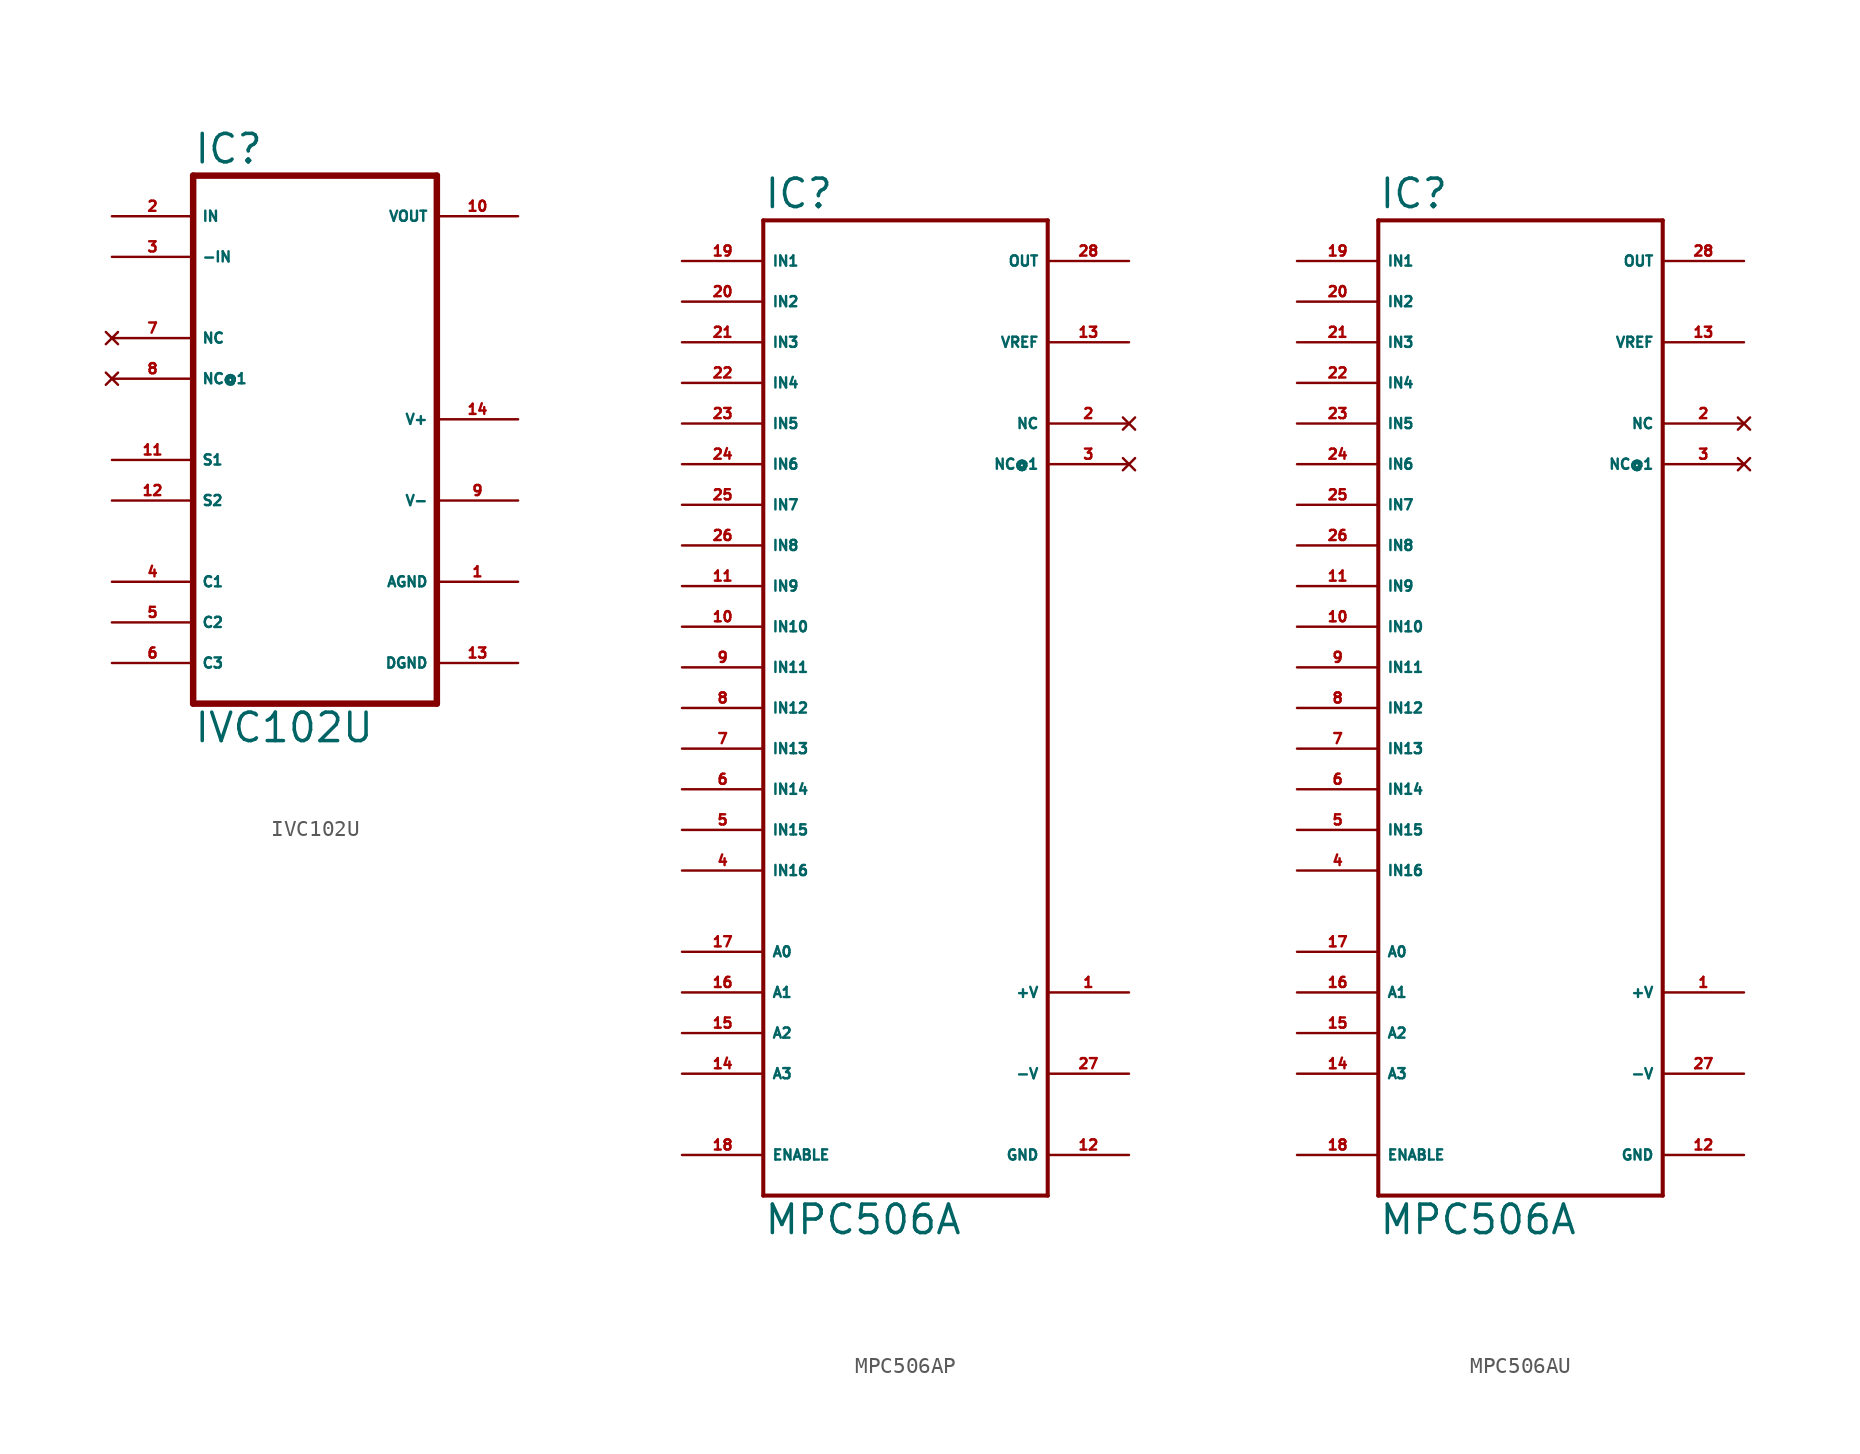
<source format=kicad_sym>
(kicad_symbol_lib
  (version 20220914)
  (generator Eagle2Kicad)
  (symbol "IVC102U"
    (property "Reference" "IC"
      (at -7.62 18.415 0)
      (effects (font (size 1.778 1.778) (thickness 0.22)) (justify left bottom)))
    (property "Value" "IVC102U"
      (at -7.62 -17.78 0)
      (effects (font (size 1.778 1.778) (thickness 0.22)) (justify left bottom)))
    (polyline
      (pts (xy -7.62 -15.24) (xy 7.62 -15.24))
      (stroke (width 0.406) (type default))
      (fill (type none)))
    (polyline
      (pts (xy 7.62 -15.24) (xy 7.62 17.78))
      (stroke (width 0.406) (type default))
      (fill (type none)))
    (polyline
      (pts (xy 7.62 17.78) (xy -7.62 17.78))
      (stroke (width 0.406) (type default))
      (fill (type none)))
    (polyline
      (pts (xy -7.62 17.78) (xy -7.62 -15.24))
      (stroke (width 0.406) (type default))
      (fill (type none)))
    (pin input line
      (at -12.7 15.24 0)
      (length 5.08)
      (name "IN" (effects (font (size 0.635 0.635) (thickness 0.08)) (justify left bottom)))
      (number "2" (effects (font (size 0.635 0.635) (thickness 0.08)) (justify left bottom))))
    (pin input line
      (at -12.7 12.7 0)
      (length 5.08)
      (name "-IN" (effects (font (size 0.635 0.635) (thickness 0.08)) (justify left bottom)))
      (number "3" (effects (font (size 0.635 0.635) (thickness 0.08)) (justify left bottom))))
    (pin input line
      (at -12.7 0 0)
      (length 5.08)
      (name "S1" (effects (font (size 0.635 0.635) (thickness 0.08)) (justify left bottom)))
      (number "11" (effects (font (size 0.635 0.635) (thickness 0.08)) (justify left bottom))))
    (pin input line
      (at -12.7 -2.54 0)
      (length 5.08)
      (name "S2" (effects (font (size 0.635 0.635) (thickness 0.08)) (justify left bottom)))
      (number "12" (effects (font (size 0.635 0.635) (thickness 0.08)) (justify left bottom))))
    (pin passive line
      (at -12.7 -7.62 0)
      (length 5.08)
      (name "C1" (effects (font (size 0.635 0.635) (thickness 0.08)) (justify left bottom)))
      (number "4" (effects (font (size 0.635 0.635) (thickness 0.08)) (justify left bottom))))
    (pin passive line
      (at -12.7 -10.16 0)
      (length 5.08)
      (name "C2" (effects (font (size 0.635 0.635) (thickness 0.08)) (justify left bottom)))
      (number "5" (effects (font (size 0.635 0.635) (thickness 0.08)) (justify left bottom))))
    (pin passive line
      (at -12.7 -12.7 0)
      (length 5.08)
      (name "C3" (effects (font (size 0.635 0.635) (thickness 0.08)) (justify left bottom)))
      (number "6" (effects (font (size 0.635 0.635) (thickness 0.08)) (justify left bottom))))
    (pin no_connect line
      (at -12.7 7.62 0)
      (length 5.08)
      (name "NC" (effects (font (size 0.635 0.635) (thickness 0.08)) (justify left bottom) hide))
      (number "7" (effects (font (size 0.635 0.635) (thickness 0.08)) (justify left bottom) hide)))
    (pin no_connect line
      (at -12.7 5.08 0)
      (length 5.08)
      (name "NC@1" (effects (font (size 0.635 0.635) (thickness 0.08)) (justify left bottom) hide))
      (number "8" (effects (font (size 0.635 0.635) (thickness 0.08)) (justify left bottom) hide)))
    (pin unspecified line
      (at 12.7 2.54 180)
      (length 5.08)
      (name "V+" (effects (font (size 0.635 0.635) (thickness 0.08)) (justify left bottom)))
      (number "14" (effects (font (size 0.635 0.635) (thickness 0.08)) (justify left bottom))))
    (pin unspecified line
      (at 12.7 -2.54 180)
      (length 5.08)
      (name "V-" (effects (font (size 0.635 0.635) (thickness 0.08)) (justify left bottom)))
      (number "9" (effects (font (size 0.635 0.635) (thickness 0.08)) (justify left bottom))))
    (pin unspecified line
      (at 12.7 -7.62 180)
      (length 5.08)
      (name "AGND" (effects (font (size 0.635 0.635) (thickness 0.08)) (justify left bottom)))
      (number "1" (effects (font (size 0.635 0.635) (thickness 0.08)) (justify left bottom))))
    (pin unspecified line
      (at 12.7 -12.7 180)
      (length 5.08)
      (name "DGND" (effects (font (size 0.635 0.635) (thickness 0.08)) (justify left bottom)))
      (number "13" (effects (font (size 0.635 0.635) (thickness 0.08)) (justify left bottom))))
    (pin output line
      (at 12.7 15.24 180)
      (length 5.08)
      (name "VOUT" (effects (font (size 0.635 0.635) (thickness 0.08)) (justify left bottom)))
      (number "10" (effects (font (size 0.635 0.635) (thickness 0.08)) (justify left bottom)))))
  (symbol "MPC506AP"
    (property "Reference" "IC"
      (at -10.16 31.115 0)
      (effects (font (size 1.778 1.778) (thickness 0.22)) (justify left bottom)))
    (property "Value" "MPC506A"
      (at -10.16 -33.02 0)
      (effects (font (size 1.778 1.778) (thickness 0.22)) (justify left bottom)))
    (polyline
      (pts (xy -10.16 -30.48) (xy 7.62 -30.48))
      (stroke (width 0.254) (type default))
      (fill (type none)))
    (polyline
      (pts (xy 7.62 -30.48) (xy 7.62 30.48))
      (stroke (width 0.254) (type default))
      (fill (type none)))
    (polyline
      (pts (xy 7.62 30.48) (xy -10.16 30.48))
      (stroke (width 0.254) (type default))
      (fill (type none)))
    (polyline
      (pts (xy -10.16 30.48) (xy -10.16 -30.48))
      (stroke (width 0.254) (type default))
      (fill (type none)))
    (pin input line
      (at -15.24 27.94 0)
      (length 5.08)
      (name "IN1" (effects (font (size 0.635 0.635) (thickness 0.08)) (justify left bottom)))
      (number "19" (effects (font (size 0.635 0.635) (thickness 0.08)) (justify left bottom))))
    (pin input line
      (at -15.24 25.4 0)
      (length 5.08)
      (name "IN2" (effects (font (size 0.635 0.635) (thickness 0.08)) (justify left bottom)))
      (number "20" (effects (font (size 0.635 0.635) (thickness 0.08)) (justify left bottom))))
    (pin input line
      (at -15.24 22.86 0)
      (length 5.08)
      (name "IN3" (effects (font (size 0.635 0.635) (thickness 0.08)) (justify left bottom)))
      (number "21" (effects (font (size 0.635 0.635) (thickness 0.08)) (justify left bottom))))
    (pin input line
      (at -15.24 20.32 0)
      (length 5.08)
      (name "IN4" (effects (font (size 0.635 0.635) (thickness 0.08)) (justify left bottom)))
      (number "22" (effects (font (size 0.635 0.635) (thickness 0.08)) (justify left bottom))))
    (pin input line
      (at -15.24 17.78 0)
      (length 5.08)
      (name "IN5" (effects (font (size 0.635 0.635) (thickness 0.08)) (justify left bottom)))
      (number "23" (effects (font (size 0.635 0.635) (thickness 0.08)) (justify left bottom))))
    (pin input line
      (at -15.24 15.24 0)
      (length 5.08)
      (name "IN6" (effects (font (size 0.635 0.635) (thickness 0.08)) (justify left bottom)))
      (number "24" (effects (font (size 0.635 0.635) (thickness 0.08)) (justify left bottom))))
    (pin input line
      (at -15.24 12.7 0)
      (length 5.08)
      (name "IN7" (effects (font (size 0.635 0.635) (thickness 0.08)) (justify left bottom)))
      (number "25" (effects (font (size 0.635 0.635) (thickness 0.08)) (justify left bottom))))
    (pin input line
      (at -15.24 10.16 0)
      (length 5.08)
      (name "IN8" (effects (font (size 0.635 0.635) (thickness 0.08)) (justify left bottom)))
      (number "26" (effects (font (size 0.635 0.635) (thickness 0.08)) (justify left bottom))))
    (pin input line
      (at -15.24 7.62 0)
      (length 5.08)
      (name "IN9" (effects (font (size 0.635 0.635) (thickness 0.08)) (justify left bottom)))
      (number "11" (effects (font (size 0.635 0.635) (thickness 0.08)) (justify left bottom))))
    (pin input line
      (at -15.24 5.08 0)
      (length 5.08)
      (name "IN10" (effects (font (size 0.635 0.635) (thickness 0.08)) (justify left bottom)))
      (number "10" (effects (font (size 0.635 0.635) (thickness 0.08)) (justify left bottom))))
    (pin input line
      (at -15.24 2.54 0)
      (length 5.08)
      (name "IN11" (effects (font (size 0.635 0.635) (thickness 0.08)) (justify left bottom)))
      (number "9" (effects (font (size 0.635 0.635) (thickness 0.08)) (justify left bottom))))
    (pin input line
      (at -15.24 0 0)
      (length 5.08)
      (name "IN12" (effects (font (size 0.635 0.635) (thickness 0.08)) (justify left bottom)))
      (number "8" (effects (font (size 0.635 0.635) (thickness 0.08)) (justify left bottom))))
    (pin input line
      (at -15.24 -2.54 0)
      (length 5.08)
      (name "IN13" (effects (font (size 0.635 0.635) (thickness 0.08)) (justify left bottom)))
      (number "7" (effects (font (size 0.635 0.635) (thickness 0.08)) (justify left bottom))))
    (pin input line
      (at -15.24 -5.08 0)
      (length 5.08)
      (name "IN14" (effects (font (size 0.635 0.635) (thickness 0.08)) (justify left bottom)))
      (number "6" (effects (font (size 0.635 0.635) (thickness 0.08)) (justify left bottom))))
    (pin input line
      (at -15.24 -7.62 0)
      (length 5.08)
      (name "IN15" (effects (font (size 0.635 0.635) (thickness 0.08)) (justify left bottom)))
      (number "5" (effects (font (size 0.635 0.635) (thickness 0.08)) (justify left bottom))))
    (pin input line
      (at -15.24 -10.16 0)
      (length 5.08)
      (name "IN16" (effects (font (size 0.635 0.635) (thickness 0.08)) (justify left bottom)))
      (number "4" (effects (font (size 0.635 0.635) (thickness 0.08)) (justify left bottom))))
    (pin output line
      (at 12.7 27.94 180)
      (length 5.08)
      (name "OUT" (effects (font (size 0.635 0.635) (thickness 0.08)) (justify left bottom)))
      (number "28" (effects (font (size 0.635 0.635) (thickness 0.08)) (justify left bottom))))
    (pin input line
      (at -15.24 -15.24 0)
      (length 5.08)
      (name "A0" (effects (font (size 0.635 0.635) (thickness 0.08)) (justify left bottom)))
      (number "17" (effects (font (size 0.635 0.635) (thickness 0.08)) (justify left bottom))))
    (pin input line
      (at -15.24 -17.78 0)
      (length 5.08)
      (name "A1" (effects (font (size 0.635 0.635) (thickness 0.08)) (justify left bottom)))
      (number "16" (effects (font (size 0.635 0.635) (thickness 0.08)) (justify left bottom))))
    (pin input line
      (at -15.24 -20.32 0)
      (length 5.08)
      (name "A2" (effects (font (size 0.635 0.635) (thickness 0.08)) (justify left bottom)))
      (number "15" (effects (font (size 0.635 0.635) (thickness 0.08)) (justify left bottom))))
    (pin input line
      (at -15.24 -22.86 0)
      (length 5.08)
      (name "A3" (effects (font (size 0.635 0.635) (thickness 0.08)) (justify left bottom)))
      (number "14" (effects (font (size 0.635 0.635) (thickness 0.08)) (justify left bottom))))
    (pin no_connect line
      (at 12.7 17.78 180)
      (length 5.08)
      (name "NC" (effects (font (size 0.635 0.635) (thickness 0.08)) (justify left bottom) hide))
      (number "2" (effects (font (size 0.635 0.635) (thickness 0.08)) (justify left bottom) hide)))
    (pin no_connect line
      (at 12.7 15.24 180)
      (length 5.08)
      (name "NC@1" (effects (font (size 0.635 0.635) (thickness 0.08)) (justify left bottom) hide))
      (number "3" (effects (font (size 0.635 0.635) (thickness 0.08)) (justify left bottom) hide)))
    (pin input line
      (at -15.24 -27.94 0)
      (length 5.08)
      (name "ENABLE" (effects (font (size 0.635 0.635) (thickness 0.08)) (justify left bottom)))
      (number "18" (effects (font (size 0.635 0.635) (thickness 0.08)) (justify left bottom))))
    (pin bidirectional line
      (at 12.7 22.86 180)
      (length 5.08)
      (name "VREF" (effects (font (size 0.635 0.635) (thickness 0.08)) (justify left bottom)))
      (number "13" (effects (font (size 0.635 0.635) (thickness 0.08)) (justify left bottom))))
    (pin unspecified line
      (at 12.7 -17.78 180)
      (length 5.08)
      (name "+V" (effects (font (size 0.635 0.635) (thickness 0.08)) (justify left bottom)))
      (number "1" (effects (font (size 0.635 0.635) (thickness 0.08)) (justify left bottom))))
    (pin unspecified line
      (at 12.7 -22.86 180)
      (length 5.08)
      (name "-V" (effects (font (size 0.635 0.635) (thickness 0.08)) (justify left bottom)))
      (number "27" (effects (font (size 0.635 0.635) (thickness 0.08)) (justify left bottom))))
    (pin unspecified line
      (at 12.7 -27.94 180)
      (length 5.08)
      (name "GND" (effects (font (size 0.635 0.635) (thickness 0.08)) (justify left bottom)))
      (number "12" (effects (font (size 0.635 0.635) (thickness 0.08)) (justify left bottom)))))
  (symbol "MPC506AU"
    (property "Reference" "IC"
      (at -10.16 31.115 0)
      (effects (font (size 1.778 1.778) (thickness 0.22)) (justify left bottom)))
    (property "Value" "MPC506A"
      (at -10.16 -33.02 0)
      (effects (font (size 1.778 1.778) (thickness 0.22)) (justify left bottom)))
    (polyline
      (pts (xy -10.16 -30.48) (xy 7.62 -30.48))
      (stroke (width 0.254) (type default))
      (fill (type none)))
    (polyline
      (pts (xy 7.62 -30.48) (xy 7.62 30.48))
      (stroke (width 0.254) (type default))
      (fill (type none)))
    (polyline
      (pts (xy 7.62 30.48) (xy -10.16 30.48))
      (stroke (width 0.254) (type default))
      (fill (type none)))
    (polyline
      (pts (xy -10.16 30.48) (xy -10.16 -30.48))
      (stroke (width 0.254) (type default))
      (fill (type none)))
    (pin input line
      (at -15.24 27.94 0)
      (length 5.08)
      (name "IN1" (effects (font (size 0.635 0.635) (thickness 0.08)) (justify left bottom)))
      (number "19" (effects (font (size 0.635 0.635) (thickness 0.08)) (justify left bottom))))
    (pin input line
      (at -15.24 25.4 0)
      (length 5.08)
      (name "IN2" (effects (font (size 0.635 0.635) (thickness 0.08)) (justify left bottom)))
      (number "20" (effects (font (size 0.635 0.635) (thickness 0.08)) (justify left bottom))))
    (pin input line
      (at -15.24 22.86 0)
      (length 5.08)
      (name "IN3" (effects (font (size 0.635 0.635) (thickness 0.08)) (justify left bottom)))
      (number "21" (effects (font (size 0.635 0.635) (thickness 0.08)) (justify left bottom))))
    (pin input line
      (at -15.24 20.32 0)
      (length 5.08)
      (name "IN4" (effects (font (size 0.635 0.635) (thickness 0.08)) (justify left bottom)))
      (number "22" (effects (font (size 0.635 0.635) (thickness 0.08)) (justify left bottom))))
    (pin input line
      (at -15.24 17.78 0)
      (length 5.08)
      (name "IN5" (effects (font (size 0.635 0.635) (thickness 0.08)) (justify left bottom)))
      (number "23" (effects (font (size 0.635 0.635) (thickness 0.08)) (justify left bottom))))
    (pin input line
      (at -15.24 15.24 0)
      (length 5.08)
      (name "IN6" (effects (font (size 0.635 0.635) (thickness 0.08)) (justify left bottom)))
      (number "24" (effects (font (size 0.635 0.635) (thickness 0.08)) (justify left bottom))))
    (pin input line
      (at -15.24 12.7 0)
      (length 5.08)
      (name "IN7" (effects (font (size 0.635 0.635) (thickness 0.08)) (justify left bottom)))
      (number "25" (effects (font (size 0.635 0.635) (thickness 0.08)) (justify left bottom))))
    (pin input line
      (at -15.24 10.16 0)
      (length 5.08)
      (name "IN8" (effects (font (size 0.635 0.635) (thickness 0.08)) (justify left bottom)))
      (number "26" (effects (font (size 0.635 0.635) (thickness 0.08)) (justify left bottom))))
    (pin input line
      (at -15.24 7.62 0)
      (length 5.08)
      (name "IN9" (effects (font (size 0.635 0.635) (thickness 0.08)) (justify left bottom)))
      (number "11" (effects (font (size 0.635 0.635) (thickness 0.08)) (justify left bottom))))
    (pin input line
      (at -15.24 5.08 0)
      (length 5.08)
      (name "IN10" (effects (font (size 0.635 0.635) (thickness 0.08)) (justify left bottom)))
      (number "10" (effects (font (size 0.635 0.635) (thickness 0.08)) (justify left bottom))))
    (pin input line
      (at -15.24 2.54 0)
      (length 5.08)
      (name "IN11" (effects (font (size 0.635 0.635) (thickness 0.08)) (justify left bottom)))
      (number "9" (effects (font (size 0.635 0.635) (thickness 0.08)) (justify left bottom))))
    (pin input line
      (at -15.24 0 0)
      (length 5.08)
      (name "IN12" (effects (font (size 0.635 0.635) (thickness 0.08)) (justify left bottom)))
      (number "8" (effects (font (size 0.635 0.635) (thickness 0.08)) (justify left bottom))))
    (pin input line
      (at -15.24 -2.54 0)
      (length 5.08)
      (name "IN13" (effects (font (size 0.635 0.635) (thickness 0.08)) (justify left bottom)))
      (number "7" (effects (font (size 0.635 0.635) (thickness 0.08)) (justify left bottom))))
    (pin input line
      (at -15.24 -5.08 0)
      (length 5.08)
      (name "IN14" (effects (font (size 0.635 0.635) (thickness 0.08)) (justify left bottom)))
      (number "6" (effects (font (size 0.635 0.635) (thickness 0.08)) (justify left bottom))))
    (pin input line
      (at -15.24 -7.62 0)
      (length 5.08)
      (name "IN15" (effects (font (size 0.635 0.635) (thickness 0.08)) (justify left bottom)))
      (number "5" (effects (font (size 0.635 0.635) (thickness 0.08)) (justify left bottom))))
    (pin input line
      (at -15.24 -10.16 0)
      (length 5.08)
      (name "IN16" (effects (font (size 0.635 0.635) (thickness 0.08)) (justify left bottom)))
      (number "4" (effects (font (size 0.635 0.635) (thickness 0.08)) (justify left bottom))))
    (pin output line
      (at 12.7 27.94 180)
      (length 5.08)
      (name "OUT" (effects (font (size 0.635 0.635) (thickness 0.08)) (justify left bottom)))
      (number "28" (effects (font (size 0.635 0.635) (thickness 0.08)) (justify left bottom))))
    (pin input line
      (at -15.24 -15.24 0)
      (length 5.08)
      (name "A0" (effects (font (size 0.635 0.635) (thickness 0.08)) (justify left bottom)))
      (number "17" (effects (font (size 0.635 0.635) (thickness 0.08)) (justify left bottom))))
    (pin input line
      (at -15.24 -17.78 0)
      (length 5.08)
      (name "A1" (effects (font (size 0.635 0.635) (thickness 0.08)) (justify left bottom)))
      (number "16" (effects (font (size 0.635 0.635) (thickness 0.08)) (justify left bottom))))
    (pin input line
      (at -15.24 -20.32 0)
      (length 5.08)
      (name "A2" (effects (font (size 0.635 0.635) (thickness 0.08)) (justify left bottom)))
      (number "15" (effects (font (size 0.635 0.635) (thickness 0.08)) (justify left bottom))))
    (pin input line
      (at -15.24 -22.86 0)
      (length 5.08)
      (name "A3" (effects (font (size 0.635 0.635) (thickness 0.08)) (justify left bottom)))
      (number "14" (effects (font (size 0.635 0.635) (thickness 0.08)) (justify left bottom))))
    (pin no_connect line
      (at 12.7 17.78 180)
      (length 5.08)
      (name "NC" (effects (font (size 0.635 0.635) (thickness 0.08)) (justify left bottom) hide))
      (number "2" (effects (font (size 0.635 0.635) (thickness 0.08)) (justify left bottom) hide)))
    (pin no_connect line
      (at 12.7 15.24 180)
      (length 5.08)
      (name "NC@1" (effects (font (size 0.635 0.635) (thickness 0.08)) (justify left bottom) hide))
      (number "3" (effects (font (size 0.635 0.635) (thickness 0.08)) (justify left bottom) hide)))
    (pin input line
      (at -15.24 -27.94 0)
      (length 5.08)
      (name "ENABLE" (effects (font (size 0.635 0.635) (thickness 0.08)) (justify left bottom)))
      (number "18" (effects (font (size 0.635 0.635) (thickness 0.08)) (justify left bottom))))
    (pin bidirectional line
      (at 12.7 22.86 180)
      (length 5.08)
      (name "VREF" (effects (font (size 0.635 0.635) (thickness 0.08)) (justify left bottom)))
      (number "13" (effects (font (size 0.635 0.635) (thickness 0.08)) (justify left bottom))))
    (pin unspecified line
      (at 12.7 -17.78 180)
      (length 5.08)
      (name "+V" (effects (font (size 0.635 0.635) (thickness 0.08)) (justify left bottom)))
      (number "1" (effects (font (size 0.635 0.635) (thickness 0.08)) (justify left bottom))))
    (pin unspecified line
      (at 12.7 -22.86 180)
      (length 5.08)
      (name "-V" (effects (font (size 0.635 0.635) (thickness 0.08)) (justify left bottom)))
      (number "27" (effects (font (size 0.635 0.635) (thickness 0.08)) (justify left bottom))))
    (pin unspecified line
      (at 12.7 -27.94 180)
      (length 5.08)
      (name "GND" (effects (font (size 0.635 0.635) (thickness 0.08)) (justify left bottom)))
      (number "12" (effects (font (size 0.635 0.635) (thickness 0.08)) (justify left bottom))))))
</source>
